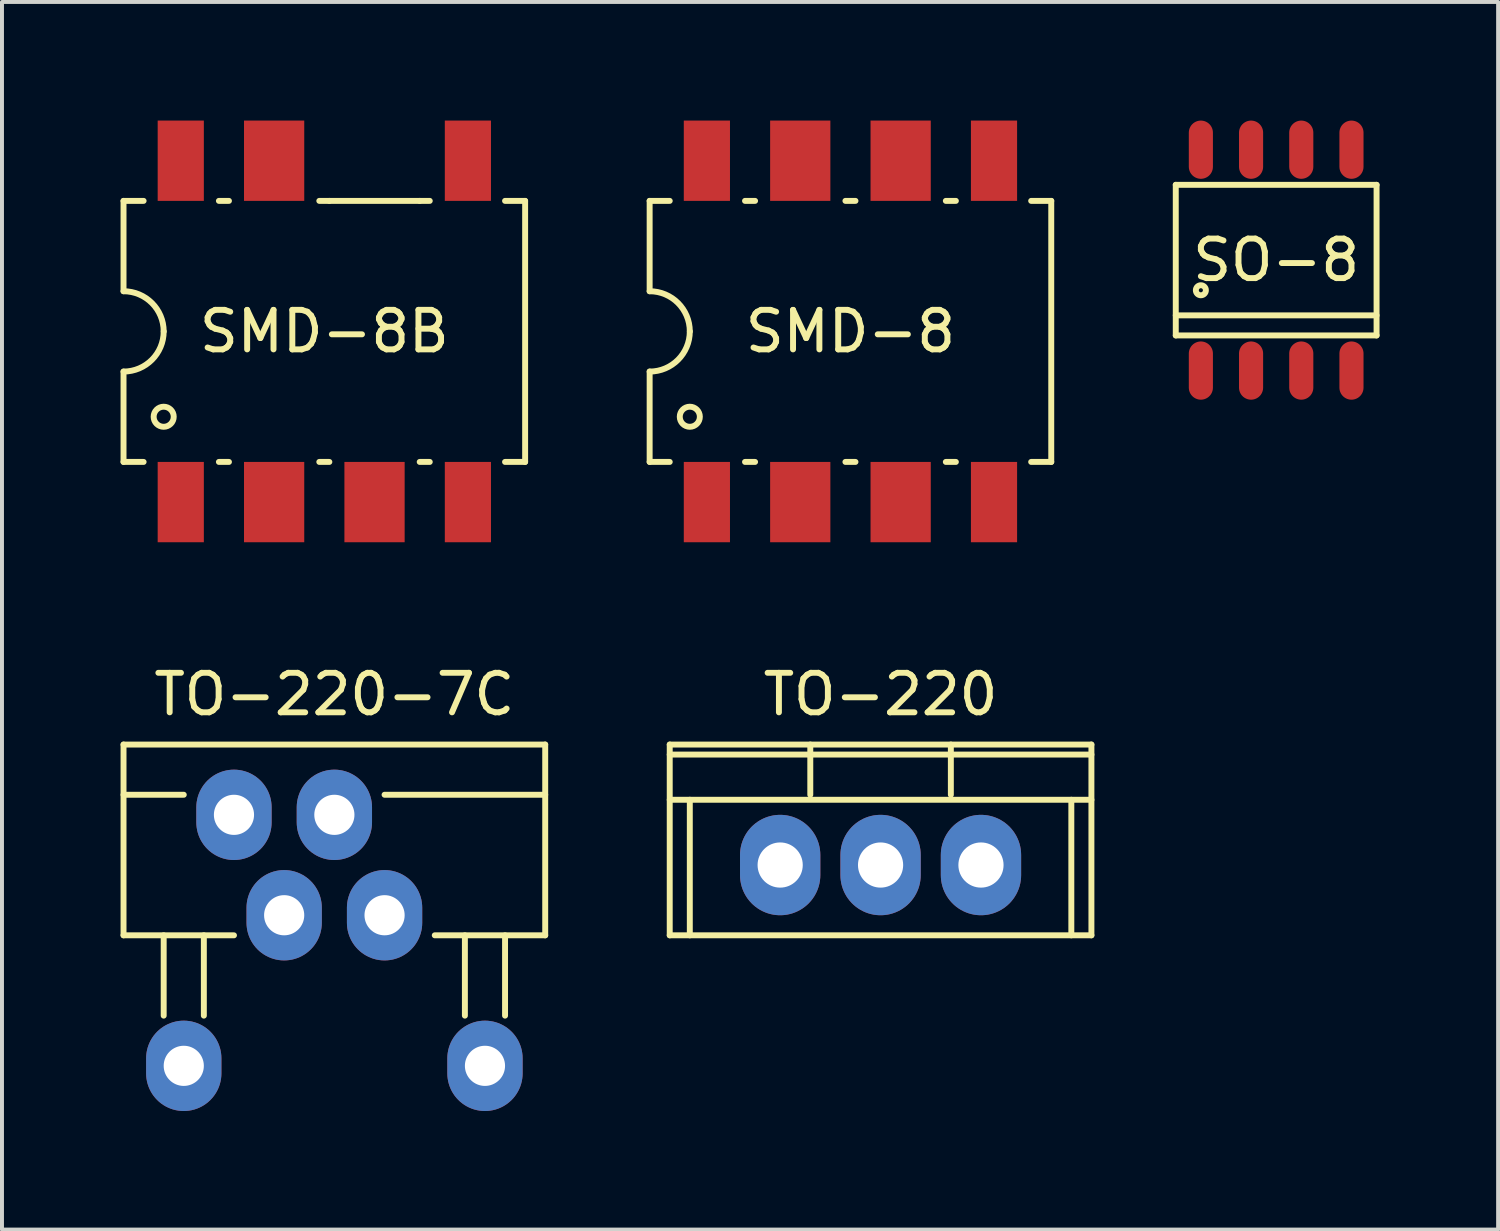
<source format=kicad_pcb>
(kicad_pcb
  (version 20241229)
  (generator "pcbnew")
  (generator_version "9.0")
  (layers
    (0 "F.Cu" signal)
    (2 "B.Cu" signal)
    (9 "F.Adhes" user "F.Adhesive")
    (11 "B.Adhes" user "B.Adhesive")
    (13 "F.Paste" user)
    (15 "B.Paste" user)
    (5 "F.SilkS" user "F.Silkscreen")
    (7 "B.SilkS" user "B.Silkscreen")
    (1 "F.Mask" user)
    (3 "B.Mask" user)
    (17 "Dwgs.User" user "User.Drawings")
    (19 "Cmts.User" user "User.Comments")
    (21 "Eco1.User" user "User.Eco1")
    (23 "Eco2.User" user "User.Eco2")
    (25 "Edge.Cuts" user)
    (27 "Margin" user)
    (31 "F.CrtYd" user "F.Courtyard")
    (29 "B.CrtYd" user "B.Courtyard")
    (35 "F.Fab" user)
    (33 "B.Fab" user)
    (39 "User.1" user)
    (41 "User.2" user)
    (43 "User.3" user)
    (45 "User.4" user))
  (footprint "TO-220-7C"
    (layer "F.Cu")
    (at 5.409 18.834)
    (property "Reference" "TO-220-7C" (at 0 -4.318 0) (layer "F.SilkS") (effects (font (size 1 1) (thickness 0.15))))
    (attr through_hole)
    (fp_line (start -5.334 -3.048) (end -5.334 1.778) (stroke (width 0.15) (type solid)) (layer "F.SilkS"))
    (fp_line (start -5.334 -1.778) (end -3.81 -1.778) (stroke (width 0.15) (type solid)) (layer "F.SilkS"))
    (fp_line (start -5.334 1.778) (end -2.54 1.778) (stroke (width 0.15) (type solid)) (layer "F.SilkS"))
    (fp_line (start -4.318 3.81) (end -4.318 1.778) (stroke (width 0.15) (type solid)) (layer "F.SilkS"))
    (fp_line (start -3.302 3.81) (end -3.302 1.778) (stroke (width 0.15) (type solid)) (layer "F.SilkS"))
    (fp_line (start 3.302 3.81) (end 3.302 1.778) (stroke (width 0.15) (type solid)) (layer "F.SilkS"))
    (fp_line (start 4.318 3.81) (end 4.318 1.778) (stroke (width 0.15) (type solid)) (layer "F.SilkS"))
    (fp_line (start 5.334 -3.048) (end -5.334 -3.048) (stroke (width 0.15) (type solid)) (layer "F.SilkS"))
    (fp_line (start 5.334 -3.048) (end 5.334 1.778) (stroke (width 0.15) (type solid)) (layer "F.SilkS"))
    (fp_line (start 5.334 -1.778) (end 1.27 -1.778) (stroke (width 0.15) (type solid)) (layer "F.SilkS"))
    (fp_line (start 5.334 1.778) (end 2.54 1.778) (stroke (width 0.15) (type solid)) (layer "F.SilkS"))
    (pad "1" thru_hole oval (at -3.81 5.08) (size 1.905 2.286) (drill 1.016) (layers "*.Cu" "*.Mask"))
    (pad "2" thru_hole oval (at -2.54 -1.27) (size 1.905 2.286) (drill 1.016) (layers "*.Cu" "*.Mask"))
    (pad "3" thru_hole oval (at -1.27 1.27) (size 1.905 2.286) (drill 1.016) (layers "*.Cu" "*.Mask"))
    (pad "4" thru_hole oval (at 0 -1.27) (size 1.905 2.286) (drill 1.016) (layers "*.Cu" "*.Mask"))
    (pad "5" thru_hole oval (at 1.27 1.27) (size 1.905 2.286) (drill 1.016) (layers "*.Cu" "*.Mask"))
    (pad "7" thru_hole oval (at 3.81 5.08) (size 1.905 2.286) (drill 1.016) (layers "*.Cu" "*.Mask")))
  (footprint "SMD-8B"
    (layer "F.Cu")
    (at 5.155 5.334)
    (property "Reference" "SMD-8B" (at 0 0 0) (layer "F.SilkS") (effects (font (size 1 1) (thickness 0.15))))
    (attr through_hole)
    (fp_line (start -5.08 -3.302) (end -5.08 -1.016) (stroke (width 0.15) (type solid)) (layer "F.SilkS"))
    (fp_line (start -5.08 -3.302) (end -4.572 -3.302) (stroke (width 0.15) (type solid)) (layer "F.SilkS"))
    (fp_line (start -5.08 1.016) (end -5.08 3.302) (stroke (width 0.15) (type solid)) (layer "F.SilkS"))
    (fp_line (start -5.08 3.302) (end -4.572 3.302) (stroke (width 0.15) (type solid)) (layer "F.SilkS"))
    (fp_line (start -2.667 -3.302) (end -2.413 -3.302) (stroke (width 0.15) (type solid)) (layer "F.SilkS"))
    (fp_line (start -2.667 3.302) (end -2.413 3.302) (stroke (width 0.15) (type solid)) (layer "F.SilkS"))
    (fp_line (start -0.127 -3.302) (end 0.127 -3.302) (stroke (width 0.15) (type solid)) (layer "F.SilkS"))
    (fp_line (start -0.127 3.302) (end 0.127 3.302) (stroke (width 0.15) (type solid)) (layer "F.SilkS"))
    (fp_line (start 0.127 -3.302) (end 2.413 -3.302) (stroke (width 0.15) (type solid)) (layer "F.SilkS"))
    (fp_line (start 2.413 -3.302) (end 2.667 -3.302) (stroke (width 0.15) (type solid)) (layer "F.SilkS"))
    (fp_line (start 2.413 3.302) (end 2.667 3.302) (stroke (width 0.15) (type solid)) (layer "F.SilkS"))
    (fp_line (start 5.08 -3.302) (end 4.572 -3.302) (stroke (width 0.15) (type solid)) (layer "F.SilkS"))
    (fp_line (start 5.08 -3.302) (end 5.08 3.302) (stroke (width 0.15) (type solid)) (layer "F.SilkS"))
    (fp_line (start 5.08 3.302) (end 4.572 3.302) (stroke (width 0.15) (type solid)) (layer "F.SilkS"))
    (fp_arc (start -5.08 -1.016) (mid -4.36158 -0.71842) (end -4.064 0) (stroke (width 0.15) (type solid)) (layer "F.SilkS"))
    (fp_arc (start -4.064 0) (mid -4.36158 0.71842) (end -5.08 1.016) (stroke (width 0.15) (type solid)) (layer "F.SilkS"))
    (fp_circle (center -4.064 2.159) (end -3.81 2.159) (stroke (width 0.15) (type solid)) (fill no) (layer "F.SilkS"))
    (pad "1" smd rect (at -3.632 4.318) (size 1.168 2.032) (layers "F.Cu" "F.Mask" "F.Paste"))
    (pad "2" smd rect (at -1.27 4.318) (size 1.524 2.032) (layers "F.Cu" "F.Mask" "F.Paste"))
    (pad "3" smd rect (at 1.27 4.318) (size 1.524 2.032) (layers "F.Cu" "F.Mask" "F.Paste"))
    (pad "4" smd rect (at 3.632 4.318) (size 1.168 2.032) (layers "F.Cu" "F.Mask" "F.Paste"))
    (pad "5" smd rect (at 3.632 -4.318) (size 1.168 2.032) (layers "F.Cu" "F.Mask" "F.Paste"))
    (pad "7" smd rect (at -1.27 -4.318) (size 1.524 2.032) (layers "F.Cu" "F.Mask" "F.Paste"))
    (pad "8" smd rect (at -3.632 -4.318) (size 1.168 2.032) (layers "F.Cu" "F.Mask" "F.Paste")))
  (footprint "SMD-8"
    (layer "F.Cu")
    (at 18.465 5.334)
    (property "Reference" "SMD-8" (at 0 0 0) (layer "F.SilkS") (effects (font (size 1 1) (thickness 0.15))))
    (attr through_hole)
    (fp_line (start -5.08 -3.302) (end -5.08 -1.016) (stroke (width 0.15) (type solid)) (layer "F.SilkS"))
    (fp_line (start -5.08 -3.302) (end -4.572 -3.302) (stroke (width 0.15) (type solid)) (layer "F.SilkS"))
    (fp_line (start -5.08 1.016) (end -5.08 3.302) (stroke (width 0.15) (type solid)) (layer "F.SilkS"))
    (fp_line (start -5.08 3.302) (end -4.572 3.302) (stroke (width 0.15) (type solid)) (layer "F.SilkS"))
    (fp_line (start -2.667 -3.302) (end -2.413 -3.302) (stroke (width 0.15) (type solid)) (layer "F.SilkS"))
    (fp_line (start -2.667 3.302) (end -2.413 3.302) (stroke (width 0.15) (type solid)) (layer "F.SilkS"))
    (fp_line (start -0.127 -3.302) (end 0.127 -3.302) (stroke (width 0.15) (type solid)) (layer "F.SilkS"))
    (fp_line (start -0.127 3.302) (end 0.127 3.302) (stroke (width 0.15) (type solid)) (layer "F.SilkS"))
    (fp_line (start 2.413 -3.302) (end 2.667 -3.302) (stroke (width 0.15) (type solid)) (layer "F.SilkS"))
    (fp_line (start 2.413 3.302) (end 2.667 3.302) (stroke (width 0.15) (type solid)) (layer "F.SilkS"))
    (fp_line (start 5.08 -3.302) (end 4.572 -3.302) (stroke (width 0.15) (type solid)) (layer "F.SilkS"))
    (fp_line (start 5.08 -3.302) (end 5.08 3.302) (stroke (width 0.15) (type solid)) (layer "F.SilkS"))
    (fp_line (start 5.08 3.302) (end 4.572 3.302) (stroke (width 0.15) (type solid)) (layer "F.SilkS"))
    (fp_arc (start -5.08 -1.016) (mid -4.36158 -0.71842) (end -4.064 0) (stroke (width 0.15) (type solid)) (layer "F.SilkS"))
    (fp_arc (start -4.064 0) (mid -4.36158 0.71842) (end -5.08 1.016) (stroke (width 0.15) (type solid)) (layer "F.SilkS"))
    (fp_circle (center -4.064 2.159) (end -3.81 2.159) (stroke (width 0.15) (type solid)) (fill no) (layer "F.SilkS"))
    (pad "1" smd rect (at -3.632 4.318) (size 1.168 2.032) (layers "F.Cu" "F.Mask" "F.Paste"))
    (pad "2" smd rect (at -1.27 4.318) (size 1.524 2.032) (layers "F.Cu" "F.Mask" "F.Paste"))
    (pad "3" smd rect (at 1.27 4.318) (size 1.524 2.032) (layers "F.Cu" "F.Mask" "F.Paste"))
    (pad "4" smd rect (at 3.632 4.318) (size 1.168 2.032) (layers "F.Cu" "F.Mask" "F.Paste"))
    (pad "5" smd rect (at 3.632 -4.318) (size 1.168 2.032) (layers "F.Cu" "F.Mask" "F.Paste"))
    (pad "6" smd rect (at 1.27 -4.318) (size 1.524 2.032) (layers "F.Cu" "F.Mask" "F.Paste"))
    (pad "7" smd rect (at -1.27 -4.318) (size 1.524 2.032) (layers "F.Cu" "F.Mask" "F.Paste"))
    (pad "8" smd rect (at -3.632 -4.318) (size 1.168 2.032) (layers "F.Cu" "F.Mask" "F.Paste")))
  (footprint "SO-8"
    (layer "F.Cu")
    (at 29.235 3.531)
    (property "Reference" "SO-8" (at 0 0 0) (layer "F.SilkS") (effects (font (size 1 1) (thickness 0.15))))
    (attr through_hole)
    (fp_line (start -2.54 -1.905) (end 2.54 -1.905) (stroke (width 0.15) (type solid)) (layer "F.SilkS"))
    (fp_line (start -2.54 1.397) (end 2.54 1.397) (stroke (width 0.15) (type solid)) (layer "F.SilkS"))
    (fp_line (start -2.54 1.905) (end -2.54 -1.905) (stroke (width 0.15) (type solid)) (layer "F.SilkS"))
    (fp_line (start -2.54 1.905) (end 2.54 1.905) (stroke (width 0.15) (type solid)) (layer "F.SilkS"))
    (fp_line (start 2.54 1.905) (end 2.54 -1.905) (stroke (width 0.15) (type solid)) (layer "F.SilkS"))
    (fp_circle (center -1.905 0.762) (end -1.778 0.762) (stroke (width 0.15) (type solid)) (fill no) (layer "F.SilkS"))
    (pad "1" smd oval (at -1.905 2.794) (size 0.61 1.473) (layers "F.Cu" "F.Mask" "F.Paste"))
    (pad "2" smd oval (at -0.635 2.794) (size 0.61 1.473) (layers "F.Cu" "F.Mask" "F.Paste"))
    (pad "3" smd oval (at 0.635 2.794) (size 0.61 1.473) (layers "F.Cu" "F.Mask" "F.Paste"))
    (pad "4" smd oval (at 1.905 2.794) (size 0.61 1.473) (layers "F.Cu" "F.Mask" "F.Paste"))
    (pad "5" smd oval (at 1.905 -2.794) (size 0.61 1.473) (layers "F.Cu" "F.Mask" "F.Paste"))
    (pad "6" smd oval (at 0.635 -2.794) (size 0.61 1.473) (layers "F.Cu" "F.Mask" "F.Paste"))
    (pad "7" smd oval (at -0.635 -2.794) (size 0.61 1.473) (layers "F.Cu" "F.Mask" "F.Paste"))
    (pad "8" smd oval (at -1.905 -2.794) (size 0.61 1.473) (layers "F.Cu" "F.Mask" "F.Paste")))
  (footprint "TO-220"
    (layer "F.Cu")
    (at 19.227 18.834)
    (property "Reference" "TO-220" (at 0 -4.318 0) (layer "F.SilkS") (effects (font (size 1 1) (thickness 0.15))))
    (attr through_hole)
    (fp_line (start -5.334 -3.048) (end -5.334 1.778) (stroke (width 0.15) (type solid)) (layer "F.SilkS"))
    (fp_line (start -5.334 -1.651) (end 5.334 -1.651) (stroke (width 0.15) (type solid)) (layer "F.SilkS"))
    (fp_line (start -4.826 -1.651) (end -4.826 1.778) (stroke (width 0.15) (type solid)) (layer "F.SilkS"))
    (fp_line (start -1.778 -1.778) (end -1.778 -3.048) (stroke (width 0.15) (type solid)) (layer "F.SilkS"))
    (fp_line (start 1.778 -1.778) (end 1.778 -3.048) (stroke (width 0.15) (type solid)) (layer "F.SilkS"))
    (fp_line (start 4.826 -1.651) (end 4.826 1.778) (stroke (width 0.15) (type solid)) (layer "F.SilkS"))
    (fp_line (start 5.334 -3.048) (end -5.334 -3.048) (stroke (width 0.15) (type solid)) (layer "F.SilkS"))
    (fp_line (start 5.334 -3.048) (end 5.334 1.778) (stroke (width 0.15) (type solid)) (layer "F.SilkS"))
    (fp_line (start 5.334 -2.794) (end -5.334 -2.794) (stroke (width 0.15) (type solid)) (layer "F.SilkS"))
    (fp_line (start 5.334 1.778) (end -5.334 1.778) (stroke (width 0.15) (type solid)) (layer "F.SilkS"))
    (pad "1" thru_hole oval (at -2.54 0) (size 2.032 2.54) (drill 1.143) (layers "*.Cu" "*.Mask"))
    (pad "2" thru_hole oval (at 0 0) (size 2.032 2.54) (drill 1.143) (layers "*.Cu" "*.Mask"))
    (pad "3" thru_hole oval (at 2.54 0) (size 2.032 2.54) (drill 1.143) (layers "*.Cu" "*.Mask")))
  (gr_rect
    (start -3 -3)
    (end 34.85 28.057)
    (stroke (width 0.1) (type default))
    (fill no)
    (layer "Edge.Cuts")))
</source>
